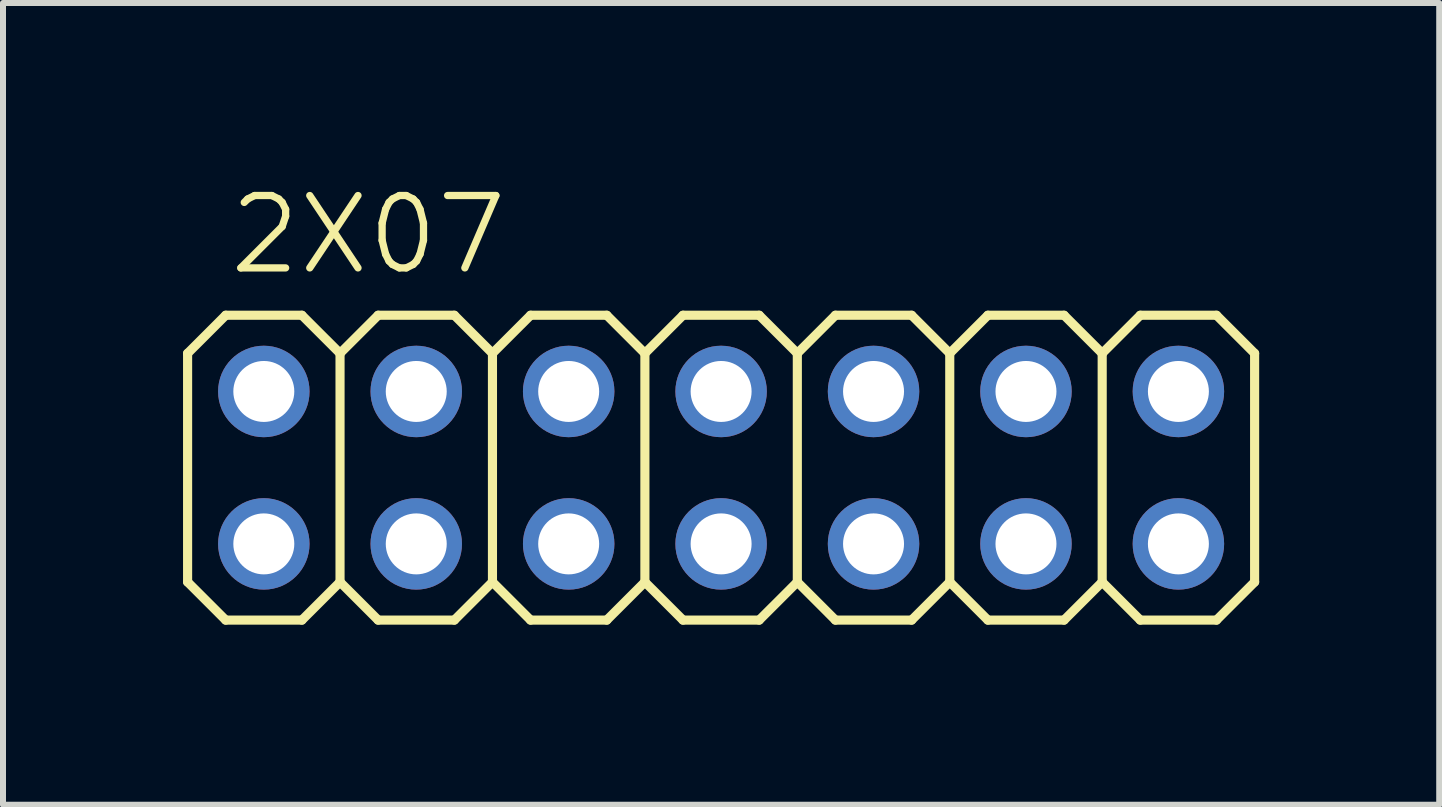
<source format=kicad_pcb>
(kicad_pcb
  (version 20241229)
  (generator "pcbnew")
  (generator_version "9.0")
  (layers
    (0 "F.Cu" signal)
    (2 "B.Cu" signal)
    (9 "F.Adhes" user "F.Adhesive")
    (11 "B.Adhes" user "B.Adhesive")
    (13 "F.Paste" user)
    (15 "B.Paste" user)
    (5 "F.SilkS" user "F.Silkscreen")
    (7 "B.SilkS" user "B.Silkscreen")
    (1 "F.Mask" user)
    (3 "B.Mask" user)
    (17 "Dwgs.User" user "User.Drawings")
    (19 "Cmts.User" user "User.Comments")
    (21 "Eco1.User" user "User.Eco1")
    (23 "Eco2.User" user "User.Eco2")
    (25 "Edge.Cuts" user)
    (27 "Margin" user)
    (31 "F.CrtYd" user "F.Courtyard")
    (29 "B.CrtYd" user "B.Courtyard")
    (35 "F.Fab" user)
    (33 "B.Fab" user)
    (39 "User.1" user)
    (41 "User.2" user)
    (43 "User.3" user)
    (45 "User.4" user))
  (footprint "2X07"
    (layer "F.Cu")
    (at 8.966 4.743)
    (property "Reference" "2X07" (at -8.255 -3.175 0) (layer "F.SilkS") (effects (font (size 1.206 1.206) (thickness 0.121)) (justify left bottom)))
    (attr through_hole)
    (fp_line (start -8.89 -1.905) (end -8.255 -2.54) (stroke (width 0.152) (type solid)) (layer "F.SilkS"))
    (fp_line (start -8.89 1.905) (end -8.89 -1.905) (stroke (width 0.152) (type solid)) (layer "F.SilkS"))
    (fp_line (start -8.89 1.905) (end -8.255 2.54) (stroke (width 0.152) (type solid)) (layer "F.SilkS"))
    (fp_line (start -8.255 -2.54) (end -6.985 -2.54) (stroke (width 0.152) (type solid)) (layer "F.SilkS"))
    (fp_line (start -8.255 2.54) (end -6.985 2.54) (stroke (width 0.152) (type solid)) (layer "F.SilkS"))
    (fp_line (start -6.985 -2.54) (end -6.35 -1.905) (stroke (width 0.152) (type solid)) (layer "F.SilkS"))
    (fp_line (start -6.985 2.54) (end -6.35 1.905) (stroke (width 0.152) (type solid)) (layer "F.SilkS"))
    (fp_line (start -6.35 -1.905) (end -6.35 1.905) (stroke (width 0.152) (type solid)) (layer "F.SilkS"))
    (fp_line (start -6.35 -1.905) (end -5.715 -2.54) (stroke (width 0.152) (type solid)) (layer "F.SilkS"))
    (fp_line (start -6.35 1.905) (end -5.715 2.54) (stroke (width 0.152) (type solid)) (layer "F.SilkS"))
    (fp_line (start -5.715 -2.54) (end -4.445 -2.54) (stroke (width 0.152) (type solid)) (layer "F.SilkS"))
    (fp_line (start -5.715 2.54) (end -4.445 2.54) (stroke (width 0.152) (type solid)) (layer "F.SilkS"))
    (fp_line (start -4.445 -2.54) (end -3.81 -1.905) (stroke (width 0.152) (type solid)) (layer "F.SilkS"))
    (fp_line (start -4.445 2.54) (end -3.81 1.905) (stroke (width 0.152) (type solid)) (layer "F.SilkS"))
    (fp_line (start -3.81 -1.905) (end -3.81 1.905) (stroke (width 0.152) (type solid)) (layer "F.SilkS"))
    (fp_line (start -3.81 -1.905) (end -3.175 -2.54) (stroke (width 0.152) (type solid)) (layer "F.SilkS"))
    (fp_line (start -3.81 1.905) (end -3.175 2.54) (stroke (width 0.152) (type solid)) (layer "F.SilkS"))
    (fp_line (start -3.175 -2.54) (end -1.905 -2.54) (stroke (width 0.152) (type solid)) (layer "F.SilkS"))
    (fp_line (start -3.175 2.54) (end -1.905 2.54) (stroke (width 0.152) (type solid)) (layer "F.SilkS"))
    (fp_line (start -1.905 -2.54) (end -1.27 -1.905) (stroke (width 0.152) (type solid)) (layer "F.SilkS"))
    (fp_line (start -1.905 2.54) (end -1.27 1.905) (stroke (width 0.152) (type solid)) (layer "F.SilkS"))
    (fp_line (start -1.27 -1.905) (end -1.27 1.905) (stroke (width 0.152) (type solid)) (layer "F.SilkS"))
    (fp_line (start -1.27 -1.905) (end -0.635 -2.54) (stroke (width 0.152) (type solid)) (layer "F.SilkS"))
    (fp_line (start -1.27 1.905) (end -0.635 2.54) (stroke (width 0.152) (type solid)) (layer "F.SilkS"))
    (fp_line (start -0.635 -2.54) (end 0.635 -2.54) (stroke (width 0.152) (type solid)) (layer "F.SilkS"))
    (fp_line (start -0.635 2.54) (end 0.635 2.54) (stroke (width 0.152) (type solid)) (layer "F.SilkS"))
    (fp_line (start 0.635 -2.54) (end 1.27 -1.905) (stroke (width 0.152) (type solid)) (layer "F.SilkS"))
    (fp_line (start 0.635 2.54) (end 1.27 1.905) (stroke (width 0.152) (type solid)) (layer "F.SilkS"))
    (fp_line (start 1.27 -1.905) (end 1.27 1.905) (stroke (width 0.152) (type solid)) (layer "F.SilkS"))
    (fp_line (start 1.27 -1.905) (end 1.905 -2.54) (stroke (width 0.152) (type solid)) (layer "F.SilkS"))
    (fp_line (start 1.27 1.905) (end 1.905 2.54) (stroke (width 0.152) (type solid)) (layer "F.SilkS"))
    (fp_line (start 1.905 -2.54) (end 3.175 -2.54) (stroke (width 0.152) (type solid)) (layer "F.SilkS"))
    (fp_line (start 1.905 2.54) (end 3.175 2.54) (stroke (width 0.152) (type solid)) (layer "F.SilkS"))
    (fp_line (start 3.175 -2.54) (end 3.81 -1.905) (stroke (width 0.152) (type solid)) (layer "F.SilkS"))
    (fp_line (start 3.175 2.54) (end 3.81 1.905) (stroke (width 0.152) (type solid)) (layer "F.SilkS"))
    (fp_line (start 3.81 -1.905) (end 3.81 1.905) (stroke (width 0.152) (type solid)) (layer "F.SilkS"))
    (fp_line (start 3.81 -1.905) (end 4.445 -2.54) (stroke (width 0.152) (type solid)) (layer "F.SilkS"))
    (fp_line (start 3.81 1.905) (end 4.445 2.54) (stroke (width 0.152) (type solid)) (layer "F.SilkS"))
    (fp_line (start 4.445 -2.54) (end 5.715 -2.54) (stroke (width 0.152) (type solid)) (layer "F.SilkS"))
    (fp_line (start 4.445 2.54) (end 5.715 2.54) (stroke (width 0.152) (type solid)) (layer "F.SilkS"))
    (fp_line (start 5.715 -2.54) (end 6.35 -1.905) (stroke (width 0.152) (type solid)) (layer "F.SilkS"))
    (fp_line (start 5.715 2.54) (end 6.35 1.905) (stroke (width 0.152) (type solid)) (layer "F.SilkS"))
    (fp_line (start 6.35 -1.905) (end 6.35 1.905) (stroke (width 0.152) (type solid)) (layer "F.SilkS"))
    (fp_line (start 6.35 -1.905) (end 6.985 -2.54) (stroke (width 0.152) (type solid)) (layer "F.SilkS"))
    (fp_line (start 6.35 1.905) (end 6.985 2.54) (stroke (width 0.152) (type solid)) (layer "F.SilkS"))
    (fp_line (start 6.985 -2.54) (end 8.255 -2.54) (stroke (width 0.152) (type solid)) (layer "F.SilkS"))
    (fp_line (start 6.985 2.54) (end 8.255 2.54) (stroke (width 0.152) (type solid)) (layer "F.SilkS"))
    (fp_line (start 8.255 -2.54) (end 8.89 -1.905) (stroke (width 0.152) (type solid)) (layer "F.SilkS"))
    (fp_line (start 8.255 2.54) (end 8.89 1.905) (stroke (width 0.152) (type solid)) (layer "F.SilkS"))
    (fp_line (start 8.89 -1.905) (end 8.89 1.905) (stroke (width 0.152) (type solid)) (layer "F.SilkS"))
    (fp_poly (pts (xy -7.874 -1.016) (xy -7.366 -1.016) (xy -7.366 -1.524) (xy -7.874 -1.524)) (stroke (width 0.1) (type solid)) (fill no) (layer "F.Fab"))
    (fp_poly (pts (xy -7.874 1.524) (xy -7.366 1.524) (xy -7.366 1.016) (xy -7.874 1.016)) (stroke (width 0.1) (type solid)) (fill no) (layer "F.Fab"))
    (fp_poly (pts (xy -5.334 -1.016) (xy -4.826 -1.016) (xy -4.826 -1.524) (xy -5.334 -1.524)) (stroke (width 0.1) (type solid)) (fill no) (layer "F.Fab"))
    (fp_poly (pts (xy -5.334 1.524) (xy -4.826 1.524) (xy -4.826 1.016) (xy -5.334 1.016)) (stroke (width 0.1) (type solid)) (fill no) (layer "F.Fab"))
    (fp_poly (pts (xy -2.794 -1.016) (xy -2.286 -1.016) (xy -2.286 -1.524) (xy -2.794 -1.524)) (stroke (width 0.1) (type solid)) (fill no) (layer "F.Fab"))
    (fp_poly (pts (xy -2.794 1.524) (xy -2.286 1.524) (xy -2.286 1.016) (xy -2.794 1.016)) (stroke (width 0.1) (type solid)) (fill no) (layer "F.Fab"))
    (fp_poly (pts (xy -0.254 -1.016) (xy 0.254 -1.016) (xy 0.254 -1.524) (xy -0.254 -1.524)) (stroke (width 0.1) (type solid)) (fill no) (layer "F.Fab"))
    (fp_poly (pts (xy -0.254 1.524) (xy 0.254 1.524) (xy 0.254 1.016) (xy -0.254 1.016)) (stroke (width 0.1) (type solid)) (fill no) (layer "F.Fab"))
    (fp_poly (pts (xy 2.286 -1.016) (xy 2.794 -1.016) (xy 2.794 -1.524) (xy 2.286 -1.524)) (stroke (width 0.1) (type solid)) (fill no) (layer "F.Fab"))
    (fp_poly (pts (xy 2.286 1.524) (xy 2.794 1.524) (xy 2.794 1.016) (xy 2.286 1.016)) (stroke (width 0.1) (type solid)) (fill no) (layer "F.Fab"))
    (fp_poly (pts (xy 4.826 -1.016) (xy 5.334 -1.016) (xy 5.334 -1.524) (xy 4.826 -1.524)) (stroke (width 0.1) (type solid)) (fill no) (layer "F.Fab"))
    (fp_poly (pts (xy 4.826 1.524) (xy 5.334 1.524) (xy 5.334 1.016) (xy 4.826 1.016)) (stroke (width 0.1) (type solid)) (fill no) (layer "F.Fab"))
    (fp_poly (pts (xy 7.366 -1.016) (xy 7.874 -1.016) (xy 7.874 -1.524) (xy 7.366 -1.524)) (stroke (width 0.1) (type solid)) (fill no) (layer "F.Fab"))
    (fp_poly (pts (xy 7.366 1.524) (xy 7.874 1.524) (xy 7.874 1.016) (xy 7.366 1.016)) (stroke (width 0.1) (type solid)) (fill no) (layer "F.Fab"))
    (pad "1" thru_hole circle (at -7.62 1.27) (size 1.524 1.524) (drill 1.016) (layers "*.Cu" "*.Mask"))
    (pad "2" thru_hole circle (at -7.62 -1.27) (size 1.524 1.524) (drill 1.016) (layers "*.Cu" "*.Mask"))
    (pad "3" thru_hole circle (at -5.08 1.27) (size 1.524 1.524) (drill 1.016) (layers "*.Cu" "*.Mask"))
    (pad "4" thru_hole circle (at -5.08 -1.27) (size 1.524 1.524) (drill 1.016) (layers "*.Cu" "*.Mask"))
    (pad "5" thru_hole circle (at -2.54 1.27) (size 1.524 1.524) (drill 1.016) (layers "*.Cu" "*.Mask"))
    (pad "6" thru_hole circle (at -2.54 -1.27) (size 1.524 1.524) (drill 1.016) (layers "*.Cu" "*.Mask"))
    (pad "7" thru_hole circle (at 0 1.27) (size 1.524 1.524) (drill 1.016) (layers "*.Cu" "*.Mask"))
    (pad "8" thru_hole circle (at 0 -1.27) (size 1.524 1.524) (drill 1.016) (layers "*.Cu" "*.Mask"))
    (pad "9" thru_hole circle (at 2.54 1.27) (size 1.524 1.524) (drill 1.016) (layers "*.Cu" "*.Mask"))
    (pad "10" thru_hole circle (at 2.54 -1.27) (size 1.524 1.524) (drill 1.016) (layers "*.Cu" "*.Mask"))
    (pad "11" thru_hole circle (at 5.08 1.27) (size 1.524 1.524) (drill 1.016) (layers "*.Cu" "*.Mask"))
    (pad "12" thru_hole circle (at 5.08 -1.27) (size 1.524 1.524) (drill 1.016) (layers "*.Cu" "*.Mask"))
    (pad "13" thru_hole circle (at 7.62 1.27) (size 1.524 1.524) (drill 1.016) (layers "*.Cu" "*.Mask"))
    (pad "14" thru_hole circle (at 7.62 -1.27) (size 1.524 1.524) (drill 1.016) (layers "*.Cu" "*.Mask")))
  (gr_rect
    (start -3 -3)
    (end 20.932 10.36)
    (stroke (width 0.1) (type default))
    (fill no)
    (layer "Edge.Cuts")))
</source>
